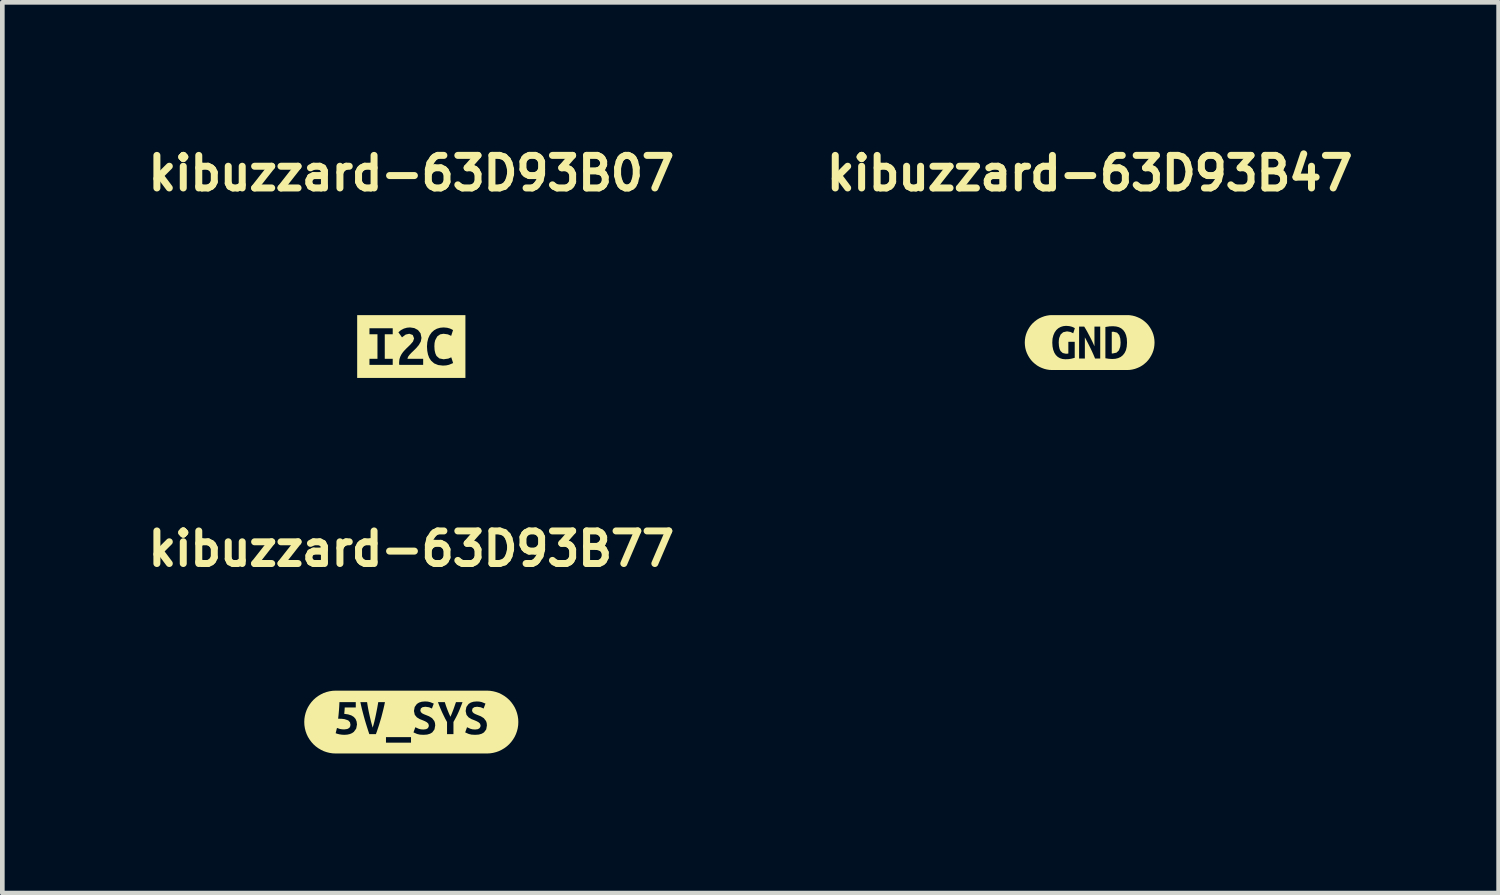
<source format=kicad_pcb>
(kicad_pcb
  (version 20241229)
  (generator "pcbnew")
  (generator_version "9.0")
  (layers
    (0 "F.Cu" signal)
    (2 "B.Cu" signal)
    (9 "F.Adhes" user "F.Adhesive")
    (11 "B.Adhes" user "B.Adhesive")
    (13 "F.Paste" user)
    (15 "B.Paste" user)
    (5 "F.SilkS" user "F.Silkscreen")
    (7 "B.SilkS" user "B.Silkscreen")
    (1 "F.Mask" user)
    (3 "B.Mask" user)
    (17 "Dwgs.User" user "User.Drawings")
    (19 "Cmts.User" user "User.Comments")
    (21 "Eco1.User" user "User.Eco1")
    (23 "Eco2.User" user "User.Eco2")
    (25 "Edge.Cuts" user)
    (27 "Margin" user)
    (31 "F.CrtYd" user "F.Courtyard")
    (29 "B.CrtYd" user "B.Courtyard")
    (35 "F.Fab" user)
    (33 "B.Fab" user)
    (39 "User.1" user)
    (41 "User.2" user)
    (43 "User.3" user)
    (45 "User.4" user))
  (footprint "kibuzzard-63D93B07"
    (layer "F.Cu")
    (at 5.788 4.396)
    (property "Reference" "kibuzzard-63D93B07" (at 0 -3.723 180) (layer "F.SilkS") (effects (font (size 0.7 0.7) (thickness 0.15))))
    (attr board_only exclude_from_pos_files exclude_from_bom)
    (fp_poly (pts (xy -0.899 -0.675) (xy -1.163 -0.675) (xy -1.163 0.675) (xy -0.899 0.675) (xy -0.899 0.394) (xy -0.899 0.264) (xy -0.727 0.264) (xy -0.727 -0.263) (xy -0.899 -0.263) (xy -0.899 -0.392) (xy -0.399 -0.392) (xy -0.399 -0.263) (xy -0.57 -0.263) (xy -0.57 0.264) (xy -0.399 0.264) (xy -0.399 0.394) (xy -0.899 0.394) (xy -0.899 0.675) (xy 0.255 0.675) (xy 0.255 0.394) (xy -0.258 0.394) (xy -0.262 0.362) (xy -0.261 0.335) (xy -0.255 0.274) (xy -0.237 0.218) (xy -0.211 0.167) (xy -0.178 0.12) (xy -0.14 0.077) (xy -0.1 0.036) (xy -0.06 -0.002) (xy -0.023 -0.038) (xy 0.037 -0.107) (xy 0.06 -0.174) (xy 0.031 -0.248) (xy -0.043 -0.274) (xy -0.12 -0.257) (xy -0.2 -0.197) (xy -0.277 -0.306) (xy -0.223 -0.352) (xy -0.16 -0.385) (xy -0.094 -0.404) (xy -0.027 -0.41) (xy 0.065 -0.396) (xy 0.144 -0.354) (xy 0.199 -0.284) (xy 0.219 -0.185) (xy 0.204 -0.107) (xy 0.163 -0.034) (xy 0.106 0.034) (xy 0.041 0.098) (xy 0.003 0.134) (xy -0.037 0.177) (xy -0.07 0.222) (xy -0.083 0.264) (xy 0.255 0.264) (xy 0.255 0.394) (xy 0.255 0.675) (xy 0.679 0.675) (xy 0.679 0.41) (xy 0.577 0.398) (xy 0.492 0.363) (xy 0.425 0.304) (xy 0.386 0.245) (xy 0.359 0.174) (xy 0.343 0.093) (xy 0.337 0) (xy 0.344 -0.092) (xy 0.364 -0.174) (xy 0.396 -0.244) (xy 0.438 -0.303) (xy 0.49 -0.349) (xy 0.551 -0.383) (xy 0.62 -0.403) (xy 0.694 -0.41) (xy 0.77 -0.403) (xy 0.829 -0.387) (xy 0.871 -0.368) (xy 0.897 -0.353) (xy 0.857 -0.229) (xy 0.786 -0.261) (xy 0.692 -0.274) (xy 0.62 -0.261) (xy 0.558 -0.217) (xy 0.513 -0.133) (xy 0.5 -0.075) (xy 0.496 -0.004) (xy 0.501 0.079) (xy 0.517 0.148) (xy 0.542 0.203) (xy 0.603 0.256) (xy 0.694 0.274) (xy 0.795 0.26) (xy 0.859 0.232) (xy 0.899 0.356) (xy 0.809 0.393) (xy 0.748 0.406) (xy 0.679 0.41) (xy 0.679 0.675) (xy 0.899 0.675) (xy 1.163 0.675) (xy 1.163 -0.675) (xy 0.899 -0.675) (xy -0.899 -0.675)) (stroke (width 0) (type solid)) (fill yes) (layer "F.SilkS")))
  (footprint "kibuzzard-63D93B77"
    (layer "F.Cu")
    (at 5.788 12.466)
    (property "Reference" "kibuzzard-63D93B77" (at 0 -3.723 180) (layer "F.SilkS") (effects (font (size 0.7 0.7) (thickness 0.15))))
    (attr board_only exclude_from_pos_files exclude_from_bom)
    (fp_poly (pts (xy -1.625 -0.675) (xy -1.625 -0.675) (xy -1.691 -0.672) (xy -1.757 -0.662) (xy -1.821 -0.646) (xy -1.884 -0.624) (xy -1.943 -0.595) (xy -2 -0.561) (xy -2.053 -0.522) (xy -2.103 -0.477) (xy -2.147 -0.428) (xy -2.186 -0.375) (xy -2.221 -0.318) (xy -2.249 -0.258) (xy -2.271 -0.196) (xy -2.287 -0.132) (xy -2.297 -0.066) (xy -2.3 0) (xy -2.297 0.066) (xy -2.287 0.132) (xy -2.271 0.196) (xy -2.249 0.258) (xy -2.221 0.318) (xy -2.186 0.375) (xy -2.147 0.428) (xy -2.103 0.477) (xy -2.053 0.522) (xy -2 0.561) (xy -1.943 0.595) (xy -1.884 0.624) (xy -1.821 0.646) (xy -1.757 0.662) (xy -1.691 0.672) (xy -1.625 0.675) (xy -1.625 0.675) (xy -1.44 0.675) (xy -1.44 0.274) (xy -1.494 0.271) (xy -1.547 0.263) (xy -1.594 0.251) (xy -1.625 0.239) (xy -1.597 0.126) (xy -1.535 0.148) (xy -1.493 0.155) (xy -1.441 0.158) (xy -1.375 0.149) (xy -1.333 0.126) (xy -1.313 0.094) (xy -1.307 0.058) (xy -1.317 0.005) (xy -1.355 -0.036) (xy -1.435 -0.063) (xy -1.495 -0.07) (xy -1.572 -0.072) (xy -1.562 -0.165) (xy -1.554 -0.255) (xy -1.548 -0.343) (xy -1.544 -0.428) (xy -1.193 -0.428) (xy -1.193 -0.314) (xy -1.43 -0.314) (xy -1.435 -0.24) (xy -1.441 -0.177) (xy -1.357 -0.165) (xy -1.288 -0.143) (xy -1.235 -0.11) (xy -1.197 -0.066) (xy -1.175 -0.012) (xy -1.167 0.052) (xy -1.184 0.141) (xy -1.235 0.211) (xy -1.274 0.238) (xy -1.321 0.258) (xy -1.376 0.27) (xy -1.44 0.274) (xy -1.44 0.675) (xy -0.902 0.675) (xy -0.902 0.26) (xy -0.929 0.178) (xy -0.958 0.087) (xy -0.978 0.022) (xy -0.997 -0.042) (xy -1.015 -0.106) (xy -1.032 -0.169) (xy -1.048 -0.23) (xy -1.063 -0.288) (xy -1.081 -0.366) (xy -1.094 -0.428) (xy -0.95 -0.428) (xy -0.941 -0.37) (xy -0.93 -0.304) (xy -0.916 -0.232) (xy -0.9 -0.158) (xy -0.883 -0.084) (xy -0.866 -0.011) (xy -0.847 0.058) (xy -0.83 0.12) (xy -0.812 0.059) (xy -0.794 -0.009) (xy -0.777 -0.083) (xy -0.761 -0.157) (xy -0.746 -0.231) (xy -0.732 -0.303) (xy -0.72 -0.37) (xy -0.71 -0.428) (xy -0.566 -0.428) (xy -0.581 -0.357) (xy -0.599 -0.279) (xy -0.62 -0.195) (xy -0.643 -0.106) (xy -0.661 -0.045) (xy -0.679 0.016) (xy -0.698 0.078) (xy -0.719 0.14) (xy -0.739 0.201) (xy -0.761 0.26) (xy -0.902 0.26) (xy -0.902 0.675) (xy -0.006 0.675) (xy -0.006 0.443) (xy -0.544 0.443) (xy -0.544 0.324) (xy -0.006 0.324) (xy -0.006 0.443) (xy -0.006 0.675) (xy 0.261 0.675) (xy 0.261 0.274) (xy 0.184 0.27) (xy 0.124 0.256) (xy 0.047 0.222) (xy 0.087 0.111) (xy 0.159 0.144) (xy 0.205 0.156) (xy 0.261 0.16) (xy 0.318 0.153) (xy 0.354 0.133) (xy 0.372 0.104) (xy 0.377 0.071) (xy 0.365 0.033) (xy 0.334 0.004) (xy 0.292 -0.019) (xy 0.245 -0.039) (xy 0.181 -0.064) (xy 0.12 -0.101) (xy 0.075 -0.156) (xy 0.057 -0.238) (xy 0.073 -0.324) (xy 0.12 -0.389) (xy 0.167 -0.419) (xy 0.225 -0.437) (xy 0.293 -0.443) (xy 0.352 -0.44) (xy 0.403 -0.429) (xy 0.483 -0.397) (xy 0.443 -0.291) (xy 0.381 -0.318) (xy 0.303 -0.329) (xy 0.242 -0.32) (xy 0.206 -0.294) (xy 0.194 -0.25) (xy 0.205 -0.215) (xy 0.233 -0.188) (xy 0.272 -0.168) (xy 0.315 -0.151) (xy 0.382 -0.124) (xy 0.447 -0.084) (xy 0.495 -0.022) (xy 0.509 0.02) (xy 0.514 0.072) (xy 0.498 0.158) (xy 0.451 0.222) (xy 0.402 0.251) (xy 0.339 0.269) (xy 0.261 0.274) (xy 0.261 0.675) (xy 0.906 0.675) (xy 0.906 0.26) (xy 0.768 0.26) (xy 0.768 -0.001) (xy 0.729 -0.072) (xy 0.694 -0.143) (xy 0.661 -0.212) (xy 0.631 -0.281) (xy 0.601 -0.353) (xy 0.573 -0.428) (xy 0.72 -0.428) (xy 0.746 -0.347) (xy 0.776 -0.265) (xy 0.808 -0.186) (xy 0.841 -0.113) (xy 0.869 -0.178) (xy 0.901 -0.26) (xy 0.917 -0.304) (xy 0.932 -0.348) (xy 0.96 -0.428) (xy 1.101 -0.428) (xy 1.08 -0.372) (xy 1.058 -0.318) (xy 1.037 -0.265) (xy 1.014 -0.212) (xy 0.99 -0.16) (xy 0.964 -0.108) (xy 0.936 -0.056) (xy 0.906 -0.002) (xy 0.906 0.26) (xy 0.906 0.675) (xy 1.372 0.675) (xy 1.372 0.274) (xy 1.295 0.27) (xy 1.235 0.256) (xy 1.158 0.222) (xy 1.198 0.111) (xy 1.27 0.144) (xy 1.316 0.156) (xy 1.372 0.16) (xy 1.429 0.153) (xy 1.465 0.133) (xy 1.484 0.104) (xy 1.489 0.071) (xy 1.476 0.033) (xy 1.445 0.004) (xy 1.403 -0.019) (xy 1.356 -0.039) (xy 1.292 -0.064) (xy 1.231 -0.101) (xy 1.186 -0.156) (xy 1.168 -0.238) (xy 1.184 -0.324) (xy 1.231 -0.389) (xy 1.278 -0.419) (xy 1.336 -0.437) (xy 1.404 -0.443) (xy 1.463 -0.44) (xy 1.515 -0.429) (xy 1.594 -0.397) (xy 1.554 -0.291) (xy 1.492 -0.318) (xy 1.414 -0.329) (xy 1.354 -0.32) (xy 1.317 -0.294) (xy 1.305 -0.25) (xy 1.316 -0.215) (xy 1.345 -0.188) (xy 1.384 -0.168) (xy 1.426 -0.151) (xy 1.494 -0.124) (xy 1.558 -0.084) (xy 1.606 -0.022) (xy 1.62 0.02) (xy 1.625 0.072) (xy 1.61 0.158) (xy 1.562 0.222) (xy 1.513 0.251) (xy 1.45 0.269) (xy 1.372 0.274) (xy 1.372 0.675) (xy 1.625 0.675) (xy 1.625 0.675) (xy 1.691 0.672) (xy 1.757 0.662) (xy 1.821 0.646) (xy 1.884 0.624) (xy 1.943 0.595) (xy 2 0.561) (xy 2.053 0.522) (xy 2.103 0.477) (xy 2.147 0.428) (xy 2.186 0.375) (xy 2.221 0.318) (xy 2.249 0.258) (xy 2.271 0.196) (xy 2.287 0.132) (xy 2.297 0.066) (xy 2.3 0) (xy 2.297 -0.066) (xy 2.287 -0.132) (xy 2.271 -0.196) (xy 2.249 -0.258) (xy 2.221 -0.318) (xy 2.186 -0.375) (xy 2.147 -0.428) (xy 2.103 -0.477) (xy 2.053 -0.522) (xy 2 -0.561) (xy 1.943 -0.595) (xy 1.884 -0.624) (xy 1.821 -0.646) (xy 1.757 -0.662) (xy 1.691 -0.672) (xy 1.625 -0.675) (xy 1.625 -0.675) (xy -1.625 -0.675)) (stroke (width 0) (type solid)) (fill yes) (layer "F.SilkS")))
  (footprint "kibuzzard-63D93B47"
    (layer "F.Cu")
    (at 20.365 4.311)
    (property "Reference" "kibuzzard-63D93B47" (at 0 -3.638 180) (layer "F.SilkS") (effects (font (size 0.7 0.7) (thickness 0.15))))
    (attr board_only exclude_from_pos_files exclude_from_bom)
    (fp_poly (pts (xy 0.475 0.233) (xy 0.487 0.234) (xy 0.499 0.234) (xy 0.577 0.217) (xy 0.628 0.168) (xy 0.656 0.094) (xy 0.662 0.049) (xy 0.665 0) (xy 0.658 -0.087) (xy 0.635 -0.161) (xy 0.589 -0.213) (xy 0.515 -0.232) (xy 0.495 -0.232) (xy 0.475 -0.229) (xy 0.475 0.233)) (stroke (width 0) (type solid)) (fill yes) (layer "F.SilkS"))
    (fp_poly (pts (xy -0.803 -0.59) (xy -0.804 -0.59) (xy -0.861 -0.588) (xy -0.919 -0.579) (xy -0.975 -0.565) (xy -1.029 -0.545) (xy -1.082 -0.521) (xy -1.132 -0.491) (xy -1.178 -0.456) (xy -1.221 -0.418) (xy -1.26 -0.375) (xy -1.294 -0.328) (xy -1.324 -0.278) (xy -1.349 -0.226) (xy -1.369 -0.171) (xy -1.383 -0.115) (xy -1.391 -0.058) (xy -1.394 0) (xy -1.391 0.058) (xy -1.383 0.115) (xy -1.369 0.171) (xy -1.349 0.226) (xy -1.324 0.278) (xy -1.294 0.328) (xy -1.26 0.375) (xy -1.221 0.418) (xy -1.178 0.456) (xy -1.132 0.491) (xy -1.082 0.521) (xy -1.029 0.545) (xy -0.975 0.565) (xy -0.919 0.579) (xy -0.861 0.588) (xy -0.804 0.59) (xy -0.803 0.59) (xy -0.522 0.59) (xy -0.522 0.359) (xy -0.584 0.353) (xy -0.638 0.336) (xy -0.686 0.308) (xy -0.727 0.268) (xy -0.759 0.218) (xy -0.783 0.156) (xy -0.798 0.083) (xy -0.803 0) (xy -0.798 -0.083) (xy -0.78 -0.155) (xy -0.753 -0.217) (xy -0.717 -0.268) (xy -0.673 -0.308) (xy -0.622 -0.336) (xy -0.566 -0.353) (xy -0.506 -0.359) (xy -0.434 -0.353) (xy -0.379 -0.339) (xy -0.341 -0.322) (xy -0.318 -0.309) (xy -0.353 -0.2) (xy -0.413 -0.228) (xy -0.487 -0.24) (xy -0.569 -0.222) (xy -0.624 -0.173) (xy -0.655 -0.097) (xy -0.662 -0.051) (xy -0.665 0) (xy -0.66 0.075) (xy -0.647 0.136) (xy -0.626 0.182) (xy -0.578 0.225) (xy -0.511 0.24) (xy -0.485 0.239) (xy -0.458 0.236) (xy -0.458 -0.016) (xy -0.321 -0.016) (xy -0.321 0.328) (xy -0.397 0.348) (xy -0.454 0.356) (xy -0.522 0.359) (xy -0.522 0.59) (xy 0.117 0.59) (xy 0.117 0.344) (xy 0.085 0.268) (xy 0.051 0.192) (xy 0.015 0.116) (xy -0.023 0.04) (xy -0.062 -0.036) (xy -0.103 -0.112) (xy -0.103 0.344) (xy -0.227 0.344) (xy -0.227 -0.343) (xy -0.117 -0.343) (xy -0.086 -0.292) (xy -0.054 -0.237) (xy -0.024 -0.18) (xy 0.006 -0.123) (xy 0.034 -0.068) (xy 0.061 -0.013) (xy 0.084 0.037) (xy 0.103 0.08) (xy 0.103 -0.343) (xy 0.227 -0.343) (xy 0.227 0.344) (xy 0.117 0.344) (xy 0.117 0.59) (xy 0.485 0.59) (xy 0.485 0.353) (xy 0.413 0.349) (xy 0.338 0.337) (xy 0.338 -0.334) (xy 0.426 -0.348) (xy 0.502 -0.351) (xy 0.567 -0.346) (xy 0.626 -0.331) (xy 0.678 -0.305) (xy 0.721 -0.268) (xy 0.756 -0.22) (xy 0.782 -0.159) (xy 0.798 -0.087) (xy 0.803 0) (xy 0.797 0.088) (xy 0.78 0.163) (xy 0.751 0.224) (xy 0.713 0.272) (xy 0.667 0.309) (xy 0.613 0.334) (xy 0.552 0.349) (xy 0.485 0.353) (xy 0.485 0.59) (xy 0.803 0.59) (xy 0.804 0.59) (xy 0.861 0.588) (xy 0.919 0.579) (xy 0.975 0.565) (xy 1.029 0.545) (xy 1.082 0.521) (xy 1.132 0.491) (xy 1.178 0.456) (xy 1.221 0.418) (xy 1.26 0.375) (xy 1.294 0.328) (xy 1.324 0.278) (xy 1.349 0.226) (xy 1.369 0.171) (xy 1.383 0.115) (xy 1.391 0.058) (xy 1.394 0) (xy 1.391 -0.058) (xy 1.383 -0.115) (xy 1.369 -0.171) (xy 1.349 -0.226) (xy 1.324 -0.278) (xy 1.294 -0.328) (xy 1.26 -0.375) (xy 1.221 -0.418) (xy 1.178 -0.456) (xy 1.132 -0.491) (xy 1.082 -0.521) (xy 1.029 -0.545) (xy 0.975 -0.565) (xy 0.919 -0.579) (xy 0.861 -0.588) (xy 0.804 -0.59) (xy 0.803 -0.59) (xy -0.803 -0.59)) (stroke (width 0) (type solid)) (fill yes) (layer "F.SilkS")))
  (gr_rect
    (start -3 -3)
    (end 29.153 16.141)
    (stroke (width 0.1) (type default))
    (fill no)
    (layer "Edge.Cuts")))
</source>
